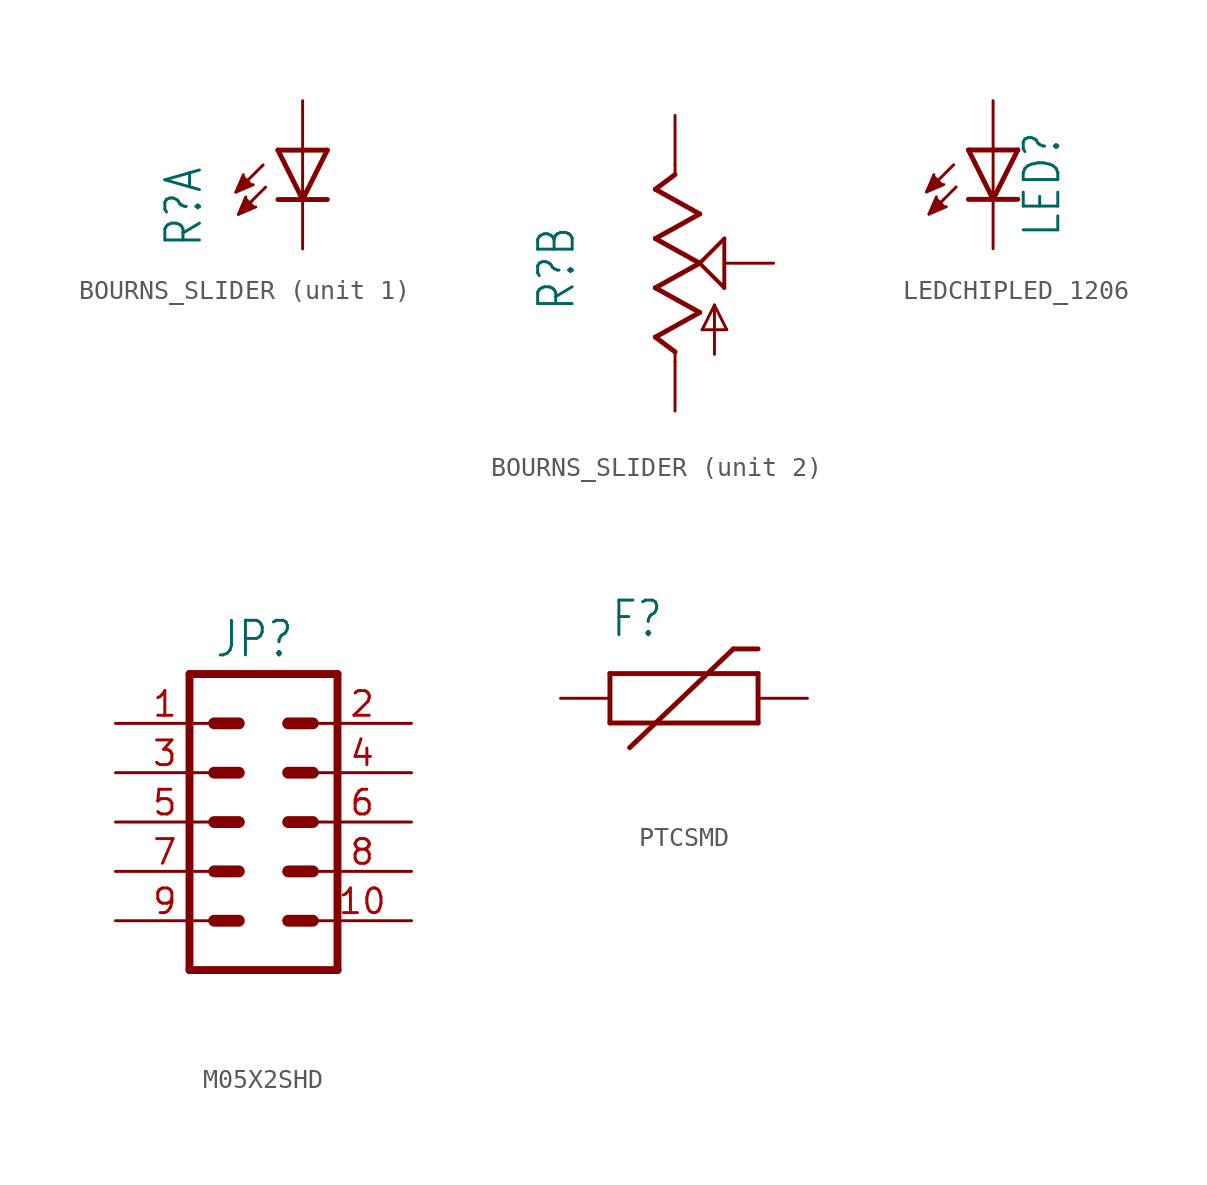
<source format=kicad_sym>
(kicad_symbol_lib
  (version 20231120)
  (generator "kicad_symbol_editor")
  (generator_version "8.0")
  (symbol "BOURNS_SLIDER"
    (property "Reference" "R"
      (at -5.08 -2.54 90)
      (effects (font (size 1.778 1.511)) (justify left bottom)))
    (property "Value" ""
      (at -2.54 -2.54 90)
      (effects (font (size 1.778 1.511)) (justify left bottom)))
    (property "ki_locked" ""
      (at 0 0 0)
      (effects (font (size 1.27 1.27))))
    (symbol "BOURNS_SLIDER_1_0"
      (polyline (pts (xy -2.032 1.778) (xy -3.429 0.381)) (stroke (width 0.152) (type solid)) (fill (type none)))
      (polyline (pts (xy -1.905 0.635) (xy -3.302 -0.762)) (stroke (width 0.152) (type solid)) (fill (type none)))
      (polyline (pts (xy 0 0) (xy -1.27 0)) (stroke (width 0.254) (type solid)) (fill (type none)))
      (polyline (pts (xy 0 0) (xy -1.27 2.54)) (stroke (width 0.254) (type solid)) (fill (type none)))
      (polyline (pts (xy 0 2.54) (xy -1.27 2.54)) (stroke (width 0.254) (type solid)) (fill (type none)))
      (polyline (pts (xy 0 2.54) (xy 0 0)) (stroke (width 0.152) (type solid)) (fill (type none)))
      (polyline (pts (xy 1.27 0) (xy 0 0)) (stroke (width 0.254) (type solid)) (fill (type none)))
      (polyline (pts (xy 1.27 2.54) (xy 0 0)) (stroke (width 0.254) (type solid)) (fill (type none)))
      (polyline (pts (xy 1.27 2.54) (xy 0 2.54)) (stroke (width 0.254) (type solid)) (fill (type none)))
      (polyline (pts (xy -3.048 1.27) (xy -3.429 0.381) (xy -2.54 0.762)) (stroke (width 0.152) (type solid)) (fill (type outline)))
      (polyline (pts (xy -2.921 0.127) (xy -3.302 -0.762) (xy -2.413 -0.381)) (stroke (width 0.152) (type solid)) (fill (type outline)))
      (pin passive line (at 0 5.08 270) (length 2.54) (name "A" (effects (font (size 0 0)))) (number "B" (effects (font (size 0 0)))))
      (pin passive line (at 0 -2.54 90) (length 2.54) (name "C" (effects (font (size 0 0)))) (number "E" (effects (font (size 0 0))))))
    (symbol "BOURNS_SLIDER_2_0"
      (polyline (pts (xy -1.016 -3.81) (xy 1.27 -2.54)) (stroke (width 0.254) (type solid)) (fill (type none)))
      (polyline (pts (xy -1.016 -1.27) (xy 1.27 0)) (stroke (width 0.254) (type solid)) (fill (type none)))
      (polyline (pts (xy -1.016 1.27) (xy 1.27 2.54)) (stroke (width 0.254) (type solid)) (fill (type none)))
      (polyline (pts (xy -1.016 3.81) (xy 0 4.572)) (stroke (width 0.254) (type solid)) (fill (type none)))
      (polyline (pts (xy 0 -5.08) (xy 0 -4.572)) (stroke (width 0.152) (type solid)) (fill (type none)))
      (polyline (pts (xy 0 -4.572) (xy -1.016 -3.81)) (stroke (width 0.254) (type solid)) (fill (type none)))
      (polyline (pts (xy 0 4.572) (xy 0 5.08)) (stroke (width 0.152) (type solid)) (fill (type none)))
      (polyline (pts (xy 1.27 -2.54) (xy -1.016 -1.27)) (stroke (width 0.254) (type solid)) (fill (type none)))
      (polyline (pts (xy 1.27 0) (xy -1.016 1.27)) (stroke (width 0.254) (type solid)) (fill (type none)))
      (polyline (pts (xy 1.27 0) (xy 2.54 1.27)) (stroke (width 0.203) (type solid)) (fill (type none)))
      (polyline (pts (xy 1.27 2.54) (xy -1.016 3.81)) (stroke (width 0.254) (type solid)) (fill (type none)))
      (polyline (pts (xy 1.397 -3.429) (xy 2.032 -2.159)) (stroke (width 0.152) (type solid)) (fill (type none)))
      (polyline (pts (xy 2.032 -4.699) (xy 2.032 -2.159)) (stroke (width 0.152) (type solid)) (fill (type none)))
      (polyline (pts (xy 2.032 -2.159) (xy 2.667 -3.429)) (stroke (width 0.152) (type solid)) (fill (type none)))
      (polyline (pts (xy 2.54 -1.27) (xy 1.27 0)) (stroke (width 0.203) (type solid)) (fill (type none)))
      (polyline (pts (xy 2.54 1.27) (xy 2.54 -1.27)) (stroke (width 0.203) (type solid)) (fill (type none)))
      (polyline (pts (xy 2.667 -3.429) (xy 1.397 -3.429)) (stroke (width 0.152) (type solid)) (fill (type none)))
      (pin passive line (at 0 -7.62 90) (length 2.54) (name "A" (effects (font (size 0 0)))) (number "1" (effects (font (size 0 0)))))
      (pin passive line (at 5.08 0 180) (length 2.54) (name "S" (effects (font (size 0 0)))) (number "2" (effects (font (size 0 0)))))
      (pin passive line (at 0 7.62 270) (length 2.54) (name "E" (effects (font (size 0 0)))) (number "3" (effects (font (size 0 0)))))))
  (symbol "LEDCHIPLED_1206"
    (property "Reference" "LED"
      (at 3.556 -4.572 90)
      (effects (font (size 1.778 1.511)) (justify left bottom)))
    (property "Value" ""
      (at 5.715 -4.572 90)
      (effects (font (size 1.778 1.511)) (justify left bottom)))
    (property "ki_locked" ""
      (at 0 0 0)
      (effects (font (size 1.27 1.27))))
    (symbol "LEDCHIPLED_1206_1_0"
      (polyline (pts (xy -2.032 -0.762) (xy -3.429 -2.159)) (stroke (width 0.152) (type solid)) (fill (type none)))
      (polyline (pts (xy -1.905 -1.905) (xy -3.302 -3.302)) (stroke (width 0.152) (type solid)) (fill (type none)))
      (polyline (pts (xy 0 -2.54) (xy -1.27 -2.54)) (stroke (width 0.254) (type solid)) (fill (type none)))
      (polyline (pts (xy 0 -2.54) (xy -1.27 0)) (stroke (width 0.254) (type solid)) (fill (type none)))
      (polyline (pts (xy 0 0) (xy -1.27 0)) (stroke (width 0.254) (type solid)) (fill (type none)))
      (polyline (pts (xy 0 0) (xy 0 -2.54)) (stroke (width 0.152) (type solid)) (fill (type none)))
      (polyline (pts (xy 1.27 -2.54) (xy 0 -2.54)) (stroke (width 0.254) (type solid)) (fill (type none)))
      (polyline (pts (xy 1.27 0) (xy 0 -2.54)) (stroke (width 0.254) (type solid)) (fill (type none)))
      (polyline (pts (xy 1.27 0) (xy 0 0)) (stroke (width 0.254) (type solid)) (fill (type none)))
      (polyline (pts (xy -3.048 -1.27) (xy -3.429 -2.159) (xy -2.54 -1.778)) (stroke (width 0.152) (type solid)) (fill (type outline)))
      (polyline (pts (xy -2.921 -2.413) (xy -3.302 -3.302) (xy -2.413 -2.921)) (stroke (width 0.152) (type solid)) (fill (type outline)))
      (pin passive line (at 0 2.54 270) (length 2.54) (name "A" (effects (font (size 0 0)))) (number "A" (effects (font (size 0 0)))))
      (pin passive line (at 0 -5.08 90) (length 2.54) (name "C" (effects (font (size 0 0)))) (number "C" (effects (font (size 0 0)))))))
  (symbol "M05X2SHD"
    (property "Reference" "JP"
      (at -2.54 8.382 0)
      (effects (font (size 1.778 1.511)) (justify left bottom)))
    (property "Value" ""
      (at -2.54 -10.16 0)
      (effects (font (size 1.778 1.511)) (justify left bottom)))
    (property "ki_locked" ""
      (at 0 0 0)
      (effects (font (size 1.27 1.27))))
    (symbol "M05X2SHD_1_0"
      (polyline (pts (xy -3.81 7.62) (xy -3.81 -7.62)) (stroke (width 0.406) (type solid)) (fill (type none)))
      (polyline (pts (xy -3.81 7.62) (xy 3.81 7.62)) (stroke (width 0.406) (type solid)) (fill (type none)))
      (polyline (pts (xy -1.27 -5.08) (xy -2.54 -5.08)) (stroke (width 0.61) (type solid)) (fill (type none)))
      (polyline (pts (xy -1.27 -2.54) (xy -2.54 -2.54)) (stroke (width 0.61) (type solid)) (fill (type none)))
      (polyline (pts (xy -1.27 0) (xy -2.54 0)) (stroke (width 0.61) (type solid)) (fill (type none)))
      (polyline (pts (xy -1.27 2.54) (xy -2.54 2.54)) (stroke (width 0.61) (type solid)) (fill (type none)))
      (polyline (pts (xy -1.27 5.08) (xy -2.54 5.08)) (stroke (width 0.61) (type solid)) (fill (type none)))
      (polyline (pts (xy 1.27 -5.08) (xy 2.54 -5.08)) (stroke (width 0.61) (type solid)) (fill (type none)))
      (polyline (pts (xy 1.27 -2.54) (xy 2.54 -2.54)) (stroke (width 0.61) (type solid)) (fill (type none)))
      (polyline (pts (xy 1.27 0) (xy 2.54 0)) (stroke (width 0.61) (type solid)) (fill (type none)))
      (polyline (pts (xy 1.27 2.54) (xy 2.54 2.54)) (stroke (width 0.61) (type solid)) (fill (type none)))
      (polyline (pts (xy 1.27 5.08) (xy 2.54 5.08)) (stroke (width 0.61) (type solid)) (fill (type none)))
      (polyline (pts (xy 3.81 -7.62) (xy -3.81 -7.62)) (stroke (width 0.406) (type solid)) (fill (type none)))
      (polyline (pts (xy 3.81 -7.62) (xy 3.81 7.62)) (stroke (width 0.406) (type solid)) (fill (type none)))
      (pin passive line (at -7.62 5.08 0) (length 5.08) (name "1" (effects (font (size 0 0)))) (number "1" (effects (font (size 1.27 1.27)))))
      (pin passive line (at 7.62 -5.08 180) (length 5.08) (name "10" (effects (font (size 0 0)))) (number "10" (effects (font (size 1.27 1.27)))))
      (pin passive line (at 7.62 5.08 180) (length 5.08) (name "2" (effects (font (size 0 0)))) (number "2" (effects (font (size 1.27 1.27)))))
      (pin passive line (at -7.62 2.54 0) (length 5.08) (name "3" (effects (font (size 0 0)))) (number "3" (effects (font (size 1.27 1.27)))))
      (pin passive line (at 7.62 2.54 180) (length 5.08) (name "4" (effects (font (size 0 0)))) (number "4" (effects (font (size 1.27 1.27)))))
      (pin passive line (at -7.62 0 0) (length 5.08) (name "5" (effects (font (size 0 0)))) (number "5" (effects (font (size 1.27 1.27)))))
      (pin passive line (at 7.62 0 180) (length 5.08) (name "6" (effects (font (size 0 0)))) (number "6" (effects (font (size 1.27 1.27)))))
      (pin passive line (at -7.62 -2.54 0) (length 5.08) (name "7" (effects (font (size 0 0)))) (number "7" (effects (font (size 1.27 1.27)))))
      (pin passive line (at 7.62 -2.54 180) (length 5.08) (name "8" (effects (font (size 0 0)))) (number "8" (effects (font (size 1.27 1.27)))))
      (pin passive line (at -7.62 -5.08 0) (length 5.08) (name "9" (effects (font (size 0 0)))) (number "9" (effects (font (size 1.27 1.27)))))))
  (symbol "PTCSMD"
    (property "Reference" "F"
      (at -2.54 3.048 0)
      (effects (font (size 1.778 1.511)) (justify left bottom)))
    (property "Value" ""
      (at -3.302 -5.08 0)
      (effects (font (size 1.778 1.511)) (justify left bottom)))
    (property "ki_locked" ""
      (at 0 0 0)
      (effects (font (size 1.27 1.27))))
    (symbol "PTCSMD_1_0"
      (polyline (pts (xy -2.54 -1.27) (xy -2.54 1.27)) (stroke (width 0.254) (type solid)) (fill (type none)))
      (polyline (pts (xy -2.54 1.27) (xy 5.08 1.27)) (stroke (width 0.254) (type solid)) (fill (type none)))
      (polyline (pts (xy -1.524 -2.54) (xy 3.81 2.54)) (stroke (width 0.254) (type solid)) (fill (type none)))
      (polyline (pts (xy 3.81 2.54) (xy 5.08 2.54)) (stroke (width 0.254) (type solid)) (fill (type none)))
      (polyline (pts (xy 5.08 -1.27) (xy -2.54 -1.27)) (stroke (width 0.254) (type solid)) (fill (type none)))
      (polyline (pts (xy 5.08 1.27) (xy 5.08 -1.27)) (stroke (width 0.254) (type solid)) (fill (type none)))
      (pin bidirectional line (at -5.08 0 0) (length 2.54) (name "1" (effects (font (size 0 0)))) (number "1" (effects (font (size 0 0)))))
      (pin bidirectional line (at 7.62 0 180) (length 2.54) (name "2" (effects (font (size 0 0)))) (number "2" (effects (font (size 0 0))))))))
</source>
